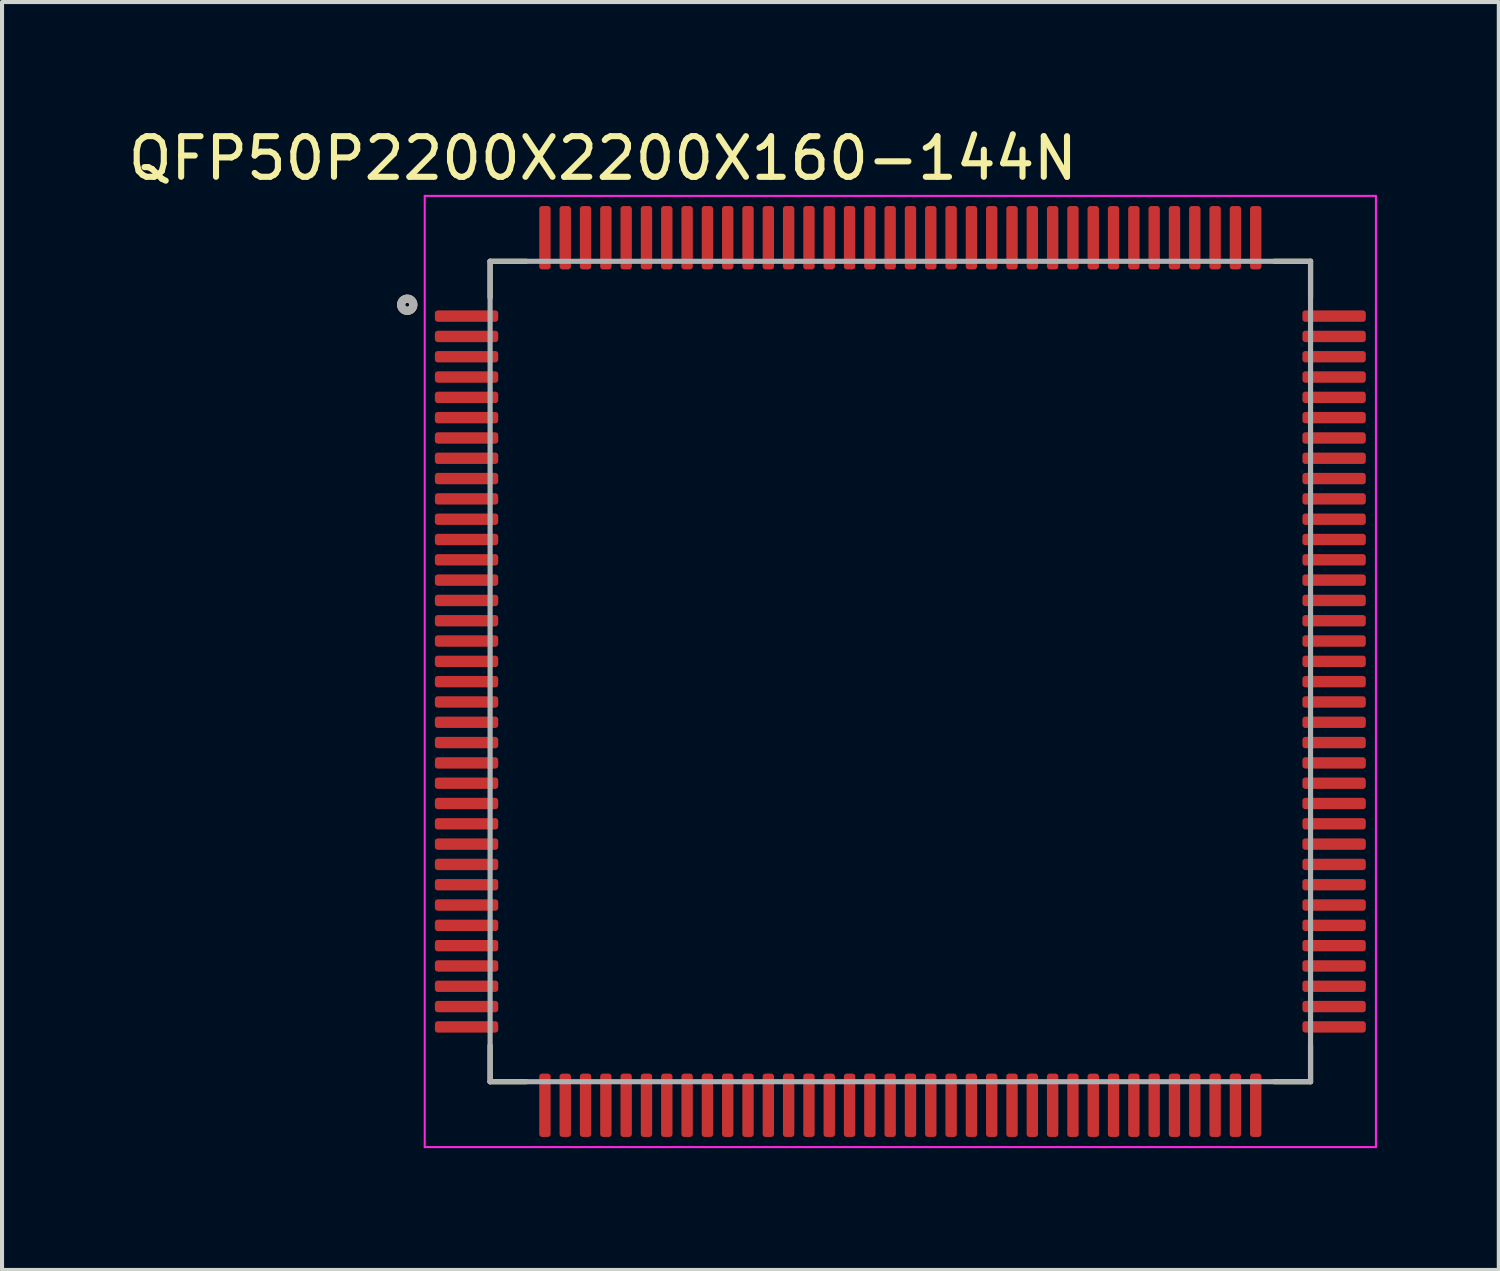
<source format=kicad_pcb>
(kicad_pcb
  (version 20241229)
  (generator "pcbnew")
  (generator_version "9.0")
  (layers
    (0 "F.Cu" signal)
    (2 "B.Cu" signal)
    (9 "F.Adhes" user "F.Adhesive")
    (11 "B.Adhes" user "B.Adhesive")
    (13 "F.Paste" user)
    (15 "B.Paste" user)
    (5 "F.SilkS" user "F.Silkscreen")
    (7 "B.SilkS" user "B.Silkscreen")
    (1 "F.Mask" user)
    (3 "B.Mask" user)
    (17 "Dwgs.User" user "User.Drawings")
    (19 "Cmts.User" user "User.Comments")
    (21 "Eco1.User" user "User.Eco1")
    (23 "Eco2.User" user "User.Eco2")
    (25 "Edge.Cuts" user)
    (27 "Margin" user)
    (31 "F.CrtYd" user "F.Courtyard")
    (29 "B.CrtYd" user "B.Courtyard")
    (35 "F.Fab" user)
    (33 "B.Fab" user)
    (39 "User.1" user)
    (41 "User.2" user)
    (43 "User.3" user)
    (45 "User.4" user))
  (footprint "QFP50P2200X2200X160-144N"
    (layer "F.Cu")
    (at 19.117 13.483)
    (property "Reference" "QFP50P2200X2200X160-144N" (at -7.325 -12.635 0) (layer "F.SilkS") (effects (font (size 1 1) (thickness 0.15))))
    (attr smd)
    (fp_line (start -10.1 -10.1) (end -9.21 -10.1) (stroke (width 0.127) (type solid)) (layer "F.SilkS"))
    (fp_line (start -10.1 -9.21) (end -10.1 -10.1) (stroke (width 0.127) (type solid)) (layer "F.SilkS"))
    (fp_line (start -10.1 9.21) (end -10.1 10.1) (stroke (width 0.127) (type solid)) (layer "F.SilkS"))
    (fp_line (start -10.1 10.1) (end -9.21 10.1) (stroke (width 0.127) (type solid)) (layer "F.SilkS"))
    (fp_line (start 9.21 -10.1) (end 10.1 -10.1) (stroke (width 0.127) (type solid)) (layer "F.SilkS"))
    (fp_line (start 9.21 10.1) (end 10.1 10.1) (stroke (width 0.127) (type solid)) (layer "F.SilkS"))
    (fp_line (start 10.1 -10.1) (end 10.1 -9.21) (stroke (width 0.127) (type solid)) (layer "F.SilkS"))
    (fp_line (start 10.1 10.1) (end 10.1 9.21) (stroke (width 0.127) (type solid)) (layer "F.SilkS"))
    (fp_circle (center -12.14 -9.03) (end -11.99 -9.03) (stroke (width 0.2) (type solid)) (fill no) (layer "F.SilkS"))
    (fp_line (start -11.71 -11.71) (end 11.71 -11.71) (stroke (width 0.05) (type solid)) (layer "F.CrtYd"))
    (fp_line (start -11.71 11.71) (end -11.71 -11.71) (stroke (width 0.05) (type solid)) (layer "F.CrtYd"))
    (fp_line (start -11.71 11.71) (end 11.71 11.71) (stroke (width 0.05) (type solid)) (layer "F.CrtYd"))
    (fp_line (start 11.71 11.71) (end 11.71 -11.71) (stroke (width 0.05) (type solid)) (layer "F.CrtYd"))
    (fp_line (start -10.1 -10.1) (end 10.1 -10.1) (stroke (width 0.127) (type solid)) (layer "F.Fab"))
    (fp_line (start -10.1 10.1) (end -10.1 -10.1) (stroke (width 0.127) (type solid)) (layer "F.Fab"))
    (fp_line (start 10.1 -10.1) (end 10.1 10.1) (stroke (width 0.127) (type solid)) (layer "F.Fab"))
    (fp_line (start 10.1 10.1) (end -10.1 10.1) (stroke (width 0.127) (type solid)) (layer "F.Fab"))
    (fp_circle (center -12.14 -9.03) (end -11.99 -9.03) (stroke (width 0.2) (type solid)) (fill no) (layer "F.Fab"))
    (pad "1" smd roundrect (at -10.68 -8.75) (size 1.56 0.28) (layers "F.Cu" "F.Mask" "F.Paste") (roundrect_rratio 0.25))
    (pad "2" smd roundrect (at -10.68 -8.25) (size 1.56 0.28) (layers "F.Cu" "F.Mask" "F.Paste") (roundrect_rratio 0.25))
    (pad "3" smd roundrect (at -10.68 -7.75) (size 1.56 0.28) (layers "F.Cu" "F.Mask" "F.Paste") (roundrect_rratio 0.25))
    (pad "4" smd roundrect (at -10.68 -7.25) (size 1.56 0.28) (layers "F.Cu" "F.Mask" "F.Paste") (roundrect_rratio 0.25))
    (pad "5" smd roundrect (at -10.68 -6.75) (size 1.56 0.28) (layers "F.Cu" "F.Mask" "F.Paste") (roundrect_rratio 0.25))
    (pad "6" smd roundrect (at -10.68 -6.25) (size 1.56 0.28) (layers "F.Cu" "F.Mask" "F.Paste") (roundrect_rratio 0.25))
    (pad "7" smd roundrect (at -10.68 -5.75) (size 1.56 0.28) (layers "F.Cu" "F.Mask" "F.Paste") (roundrect_rratio 0.25))
    (pad "8" smd roundrect (at -10.68 -5.25) (size 1.56 0.28) (layers "F.Cu" "F.Mask" "F.Paste") (roundrect_rratio 0.25))
    (pad "9" smd roundrect (at -10.68 -4.75) (size 1.56 0.28) (layers "F.Cu" "F.Mask" "F.Paste") (roundrect_rratio 0.25))
    (pad "10" smd roundrect (at -10.68 -4.25) (size 1.56 0.28) (layers "F.Cu" "F.Mask" "F.Paste") (roundrect_rratio 0.25))
    (pad "11" smd roundrect (at -10.68 -3.75) (size 1.56 0.28) (layers "F.Cu" "F.Mask" "F.Paste") (roundrect_rratio 0.25))
    (pad "12" smd roundrect (at -10.68 -3.25) (size 1.56 0.28) (layers "F.Cu" "F.Mask" "F.Paste") (roundrect_rratio 0.25))
    (pad "13" smd roundrect (at -10.68 -2.75) (size 1.56 0.28) (layers "F.Cu" "F.Mask" "F.Paste") (roundrect_rratio 0.25))
    (pad "14" smd roundrect (at -10.68 -2.25) (size 1.56 0.28) (layers "F.Cu" "F.Mask" "F.Paste") (roundrect_rratio 0.25))
    (pad "15" smd roundrect (at -10.68 -1.75) (size 1.56 0.28) (layers "F.Cu" "F.Mask" "F.Paste") (roundrect_rratio 0.25))
    (pad "16" smd roundrect (at -10.68 -1.25) (size 1.56 0.28) (layers "F.Cu" "F.Mask" "F.Paste") (roundrect_rratio 0.25))
    (pad "17" smd roundrect (at -10.68 -0.75) (size 1.56 0.28) (layers "F.Cu" "F.Mask" "F.Paste") (roundrect_rratio 0.25))
    (pad "18" smd roundrect (at -10.68 -0.25) (size 1.56 0.28) (layers "F.Cu" "F.Mask" "F.Paste") (roundrect_rratio 0.25))
    (pad "19" smd roundrect (at -10.68 0.25) (size 1.56 0.28) (layers "F.Cu" "F.Mask" "F.Paste") (roundrect_rratio 0.25))
    (pad "20" smd roundrect (at -10.68 0.75) (size 1.56 0.28) (layers "F.Cu" "F.Mask" "F.Paste") (roundrect_rratio 0.25))
    (pad "21" smd roundrect (at -10.68 1.25) (size 1.56 0.28) (layers "F.Cu" "F.Mask" "F.Paste") (roundrect_rratio 0.25))
    (pad "22" smd roundrect (at -10.68 1.75) (size 1.56 0.28) (layers "F.Cu" "F.Mask" "F.Paste") (roundrect_rratio 0.25))
    (pad "23" smd roundrect (at -10.68 2.25) (size 1.56 0.28) (layers "F.Cu" "F.Mask" "F.Paste") (roundrect_rratio 0.25))
    (pad "24" smd roundrect (at -10.68 2.75) (size 1.56 0.28) (layers "F.Cu" "F.Mask" "F.Paste") (roundrect_rratio 0.25))
    (pad "25" smd roundrect (at -10.68 3.25) (size 1.56 0.28) (layers "F.Cu" "F.Mask" "F.Paste") (roundrect_rratio 0.25))
    (pad "26" smd roundrect (at -10.68 3.75) (size 1.56 0.28) (layers "F.Cu" "F.Mask" "F.Paste") (roundrect_rratio 0.25))
    (pad "27" smd roundrect (at -10.68 4.25) (size 1.56 0.28) (layers "F.Cu" "F.Mask" "F.Paste") (roundrect_rratio 0.25))
    (pad "28" smd roundrect (at -10.68 4.75) (size 1.56 0.28) (layers "F.Cu" "F.Mask" "F.Paste") (roundrect_rratio 0.25))
    (pad "29" smd roundrect (at -10.68 5.25) (size 1.56 0.28) (layers "F.Cu" "F.Mask" "F.Paste") (roundrect_rratio 0.25))
    (pad "30" smd roundrect (at -10.68 5.75) (size 1.56 0.28) (layers "F.Cu" "F.Mask" "F.Paste") (roundrect_rratio 0.25))
    (pad "31" smd roundrect (at -10.68 6.25) (size 1.56 0.28) (layers "F.Cu" "F.Mask" "F.Paste") (roundrect_rratio 0.25))
    (pad "32" smd roundrect (at -10.68 6.75) (size 1.56 0.28) (layers "F.Cu" "F.Mask" "F.Paste") (roundrect_rratio 0.25))
    (pad "33" smd roundrect (at -10.68 7.25) (size 1.56 0.28) (layers "F.Cu" "F.Mask" "F.Paste") (roundrect_rratio 0.25))
    (pad "34" smd roundrect (at -10.68 7.75) (size 1.56 0.28) (layers "F.Cu" "F.Mask" "F.Paste") (roundrect_rratio 0.25))
    (pad "35" smd roundrect (at -10.68 8.25) (size 1.56 0.28) (layers "F.Cu" "F.Mask" "F.Paste") (roundrect_rratio 0.25))
    (pad "36" smd roundrect (at -10.68 8.75) (size 1.56 0.28) (layers "F.Cu" "F.Mask" "F.Paste") (roundrect_rratio 0.25))
    (pad "37" smd roundrect (at -8.75 10.68) (size 0.28 1.56) (layers "F.Cu" "F.Mask" "F.Paste") (roundrect_rratio 0.25))
    (pad "38" smd roundrect (at -8.25 10.68) (size 0.28 1.56) (layers "F.Cu" "F.Mask" "F.Paste") (roundrect_rratio 0.25))
    (pad "39" smd roundrect (at -7.75 10.68) (size 0.28 1.56) (layers "F.Cu" "F.Mask" "F.Paste") (roundrect_rratio 0.25))
    (pad "40" smd roundrect (at -7.25 10.68) (size 0.28 1.56) (layers "F.Cu" "F.Mask" "F.Paste") (roundrect_rratio 0.25))
    (pad "41" smd roundrect (at -6.75 10.68) (size 0.28 1.56) (layers "F.Cu" "F.Mask" "F.Paste") (roundrect_rratio 0.25))
    (pad "42" smd roundrect (at -6.25 10.68) (size 0.28 1.56) (layers "F.Cu" "F.Mask" "F.Paste") (roundrect_rratio 0.25))
    (pad "43" smd roundrect (at -5.75 10.68) (size 0.28 1.56) (layers "F.Cu" "F.Mask" "F.Paste") (roundrect_rratio 0.25))
    (pad "44" smd roundrect (at -5.25 10.68) (size 0.28 1.56) (layers "F.Cu" "F.Mask" "F.Paste") (roundrect_rratio 0.25))
    (pad "45" smd roundrect (at -4.75 10.68) (size 0.28 1.56) (layers "F.Cu" "F.Mask" "F.Paste") (roundrect_rratio 0.25))
    (pad "46" smd roundrect (at -4.25 10.68) (size 0.28 1.56) (layers "F.Cu" "F.Mask" "F.Paste") (roundrect_rratio 0.25))
    (pad "47" smd roundrect (at -3.75 10.68) (size 0.28 1.56) (layers "F.Cu" "F.Mask" "F.Paste") (roundrect_rratio 0.25))
    (pad "48" smd roundrect (at -3.25 10.68) (size 0.28 1.56) (layers "F.Cu" "F.Mask" "F.Paste") (roundrect_rratio 0.25))
    (pad "49" smd roundrect (at -2.75 10.68) (size 0.28 1.56) (layers "F.Cu" "F.Mask" "F.Paste") (roundrect_rratio 0.25))
    (pad "50" smd roundrect (at -2.25 10.68) (size 0.28 1.56) (layers "F.Cu" "F.Mask" "F.Paste") (roundrect_rratio 0.25))
    (pad "51" smd roundrect (at -1.75 10.68) (size 0.28 1.56) (layers "F.Cu" "F.Mask" "F.Paste") (roundrect_rratio 0.25))
    (pad "52" smd roundrect (at -1.25 10.68) (size 0.28 1.56) (layers "F.Cu" "F.Mask" "F.Paste") (roundrect_rratio 0.25))
    (pad "53" smd roundrect (at -0.75 10.68) (size 0.28 1.56) (layers "F.Cu" "F.Mask" "F.Paste") (roundrect_rratio 0.25))
    (pad "54" smd roundrect (at -0.25 10.68) (size 0.28 1.56) (layers "F.Cu" "F.Mask" "F.Paste") (roundrect_rratio 0.25))
    (pad "55" smd roundrect (at 0.25 10.68) (size 0.28 1.56) (layers "F.Cu" "F.Mask" "F.Paste") (roundrect_rratio 0.25))
    (pad "56" smd roundrect (at 0.75 10.68) (size 0.28 1.56) (layers "F.Cu" "F.Mask" "F.Paste") (roundrect_rratio 0.25))
    (pad "57" smd roundrect (at 1.25 10.68) (size 0.28 1.56) (layers "F.Cu" "F.Mask" "F.Paste") (roundrect_rratio 0.25))
    (pad "58" smd roundrect (at 1.75 10.68) (size 0.28 1.56) (layers "F.Cu" "F.Mask" "F.Paste") (roundrect_rratio 0.25))
    (pad "59" smd roundrect (at 2.25 10.68) (size 0.28 1.56) (layers "F.Cu" "F.Mask" "F.Paste") (roundrect_rratio 0.25))
    (pad "60" smd roundrect (at 2.75 10.68) (size 0.28 1.56) (layers "F.Cu" "F.Mask" "F.Paste") (roundrect_rratio 0.25))
    (pad "61" smd roundrect (at 3.25 10.68) (size 0.28 1.56) (layers "F.Cu" "F.Mask" "F.Paste") (roundrect_rratio 0.25))
    (pad "62" smd roundrect (at 3.75 10.68) (size 0.28 1.56) (layers "F.Cu" "F.Mask" "F.Paste") (roundrect_rratio 0.25))
    (pad "63" smd roundrect (at 4.25 10.68) (size 0.28 1.56) (layers "F.Cu" "F.Mask" "F.Paste") (roundrect_rratio 0.25))
    (pad "64" smd roundrect (at 4.75 10.68) (size 0.28 1.56) (layers "F.Cu" "F.Mask" "F.Paste") (roundrect_rratio 0.25))
    (pad "65" smd roundrect (at 5.25 10.68) (size 0.28 1.56) (layers "F.Cu" "F.Mask" "F.Paste") (roundrect_rratio 0.25))
    (pad "66" smd roundrect (at 5.75 10.68) (size 0.28 1.56) (layers "F.Cu" "F.Mask" "F.Paste") (roundrect_rratio 0.25))
    (pad "67" smd roundrect (at 6.25 10.68) (size 0.28 1.56) (layers "F.Cu" "F.Mask" "F.Paste") (roundrect_rratio 0.25))
    (pad "68" smd roundrect (at 6.75 10.68) (size 0.28 1.56) (layers "F.Cu" "F.Mask" "F.Paste") (roundrect_rratio 0.25))
    (pad "69" smd roundrect (at 7.25 10.68) (size 0.28 1.56) (layers "F.Cu" "F.Mask" "F.Paste") (roundrect_rratio 0.25))
    (pad "70" smd roundrect (at 7.75 10.68) (size 0.28 1.56) (layers "F.Cu" "F.Mask" "F.Paste") (roundrect_rratio 0.25))
    (pad "71" smd roundrect (at 8.25 10.68) (size 0.28 1.56) (layers "F.Cu" "F.Mask" "F.Paste") (roundrect_rratio 0.25))
    (pad "72" smd roundrect (at 8.75 10.68) (size 0.28 1.56) (layers "F.Cu" "F.Mask" "F.Paste") (roundrect_rratio 0.25))
    (pad "73" smd roundrect (at 10.68 8.75) (size 1.56 0.28) (layers "F.Cu" "F.Mask" "F.Paste") (roundrect_rratio 0.25))
    (pad "74" smd roundrect (at 10.68 8.25) (size 1.56 0.28) (layers "F.Cu" "F.Mask" "F.Paste") (roundrect_rratio 0.25))
    (pad "75" smd roundrect (at 10.68 7.75) (size 1.56 0.28) (layers "F.Cu" "F.Mask" "F.Paste") (roundrect_rratio 0.25))
    (pad "76" smd roundrect (at 10.68 7.25) (size 1.56 0.28) (layers "F.Cu" "F.Mask" "F.Paste") (roundrect_rratio 0.25))
    (pad "77" smd roundrect (at 10.68 6.75) (size 1.56 0.28) (layers "F.Cu" "F.Mask" "F.Paste") (roundrect_rratio 0.25))
    (pad "78" smd roundrect (at 10.68 6.25) (size 1.56 0.28) (layers "F.Cu" "F.Mask" "F.Paste") (roundrect_rratio 0.25))
    (pad "79" smd roundrect (at 10.68 5.75) (size 1.56 0.28) (layers "F.Cu" "F.Mask" "F.Paste") (roundrect_rratio 0.25))
    (pad "80" smd roundrect (at 10.68 5.25) (size 1.56 0.28) (layers "F.Cu" "F.Mask" "F.Paste") (roundrect_rratio 0.25))
    (pad "81" smd roundrect (at 10.68 4.75) (size 1.56 0.28) (layers "F.Cu" "F.Mask" "F.Paste") (roundrect_rratio 0.25))
    (pad "82" smd roundrect (at 10.68 4.25) (size 1.56 0.28) (layers "F.Cu" "F.Mask" "F.Paste") (roundrect_rratio 0.25))
    (pad "83" smd roundrect (at 10.68 3.75) (size 1.56 0.28) (layers "F.Cu" "F.Mask" "F.Paste") (roundrect_rratio 0.25))
    (pad "84" smd roundrect (at 10.68 3.25) (size 1.56 0.28) (layers "F.Cu" "F.Mask" "F.Paste") (roundrect_rratio 0.25))
    (pad "85" smd roundrect (at 10.68 2.75) (size 1.56 0.28) (layers "F.Cu" "F.Mask" "F.Paste") (roundrect_rratio 0.25))
    (pad "86" smd roundrect (at 10.68 2.25) (size 1.56 0.28) (layers "F.Cu" "F.Mask" "F.Paste") (roundrect_rratio 0.25))
    (pad "87" smd roundrect (at 10.68 1.75) (size 1.56 0.28) (layers "F.Cu" "F.Mask" "F.Paste") (roundrect_rratio 0.25))
    (pad "88" smd roundrect (at 10.68 1.25) (size 1.56 0.28) (layers "F.Cu" "F.Mask" "F.Paste") (roundrect_rratio 0.25))
    (pad "89" smd roundrect (at 10.68 0.75) (size 1.56 0.28) (layers "F.Cu" "F.Mask" "F.Paste") (roundrect_rratio 0.25))
    (pad "90" smd roundrect (at 10.68 0.25) (size 1.56 0.28) (layers "F.Cu" "F.Mask" "F.Paste") (roundrect_rratio 0.25))
    (pad "91" smd roundrect (at 10.68 -0.25) (size 1.56 0.28) (layers "F.Cu" "F.Mask" "F.Paste") (roundrect_rratio 0.25))
    (pad "92" smd roundrect (at 10.68 -0.75) (size 1.56 0.28) (layers "F.Cu" "F.Mask" "F.Paste") (roundrect_rratio 0.25))
    (pad "93" smd roundrect (at 10.68 -1.25) (size 1.56 0.28) (layers "F.Cu" "F.Mask" "F.Paste") (roundrect_rratio 0.25))
    (pad "94" smd roundrect (at 10.68 -1.75) (size 1.56 0.28) (layers "F.Cu" "F.Mask" "F.Paste") (roundrect_rratio 0.25))
    (pad "95" smd roundrect (at 10.68 -2.25) (size 1.56 0.28) (layers "F.Cu" "F.Mask" "F.Paste") (roundrect_rratio 0.25))
    (pad "96" smd roundrect (at 10.68 -2.75) (size 1.56 0.28) (layers "F.Cu" "F.Mask" "F.Paste") (roundrect_rratio 0.25))
    (pad "97" smd roundrect (at 10.68 -3.25) (size 1.56 0.28) (layers "F.Cu" "F.Mask" "F.Paste") (roundrect_rratio 0.25))
    (pad "98" smd roundrect (at 10.68 -3.75) (size 1.56 0.28) (layers "F.Cu" "F.Mask" "F.Paste") (roundrect_rratio 0.25))
    (pad "99" smd roundrect (at 10.68 -4.25) (size 1.56 0.28) (layers "F.Cu" "F.Mask" "F.Paste") (roundrect_rratio 0.25))
    (pad "100" smd roundrect (at 10.68 -4.75) (size 1.56 0.28) (layers "F.Cu" "F.Mask" "F.Paste") (roundrect_rratio 0.25))
    (pad "101" smd roundrect (at 10.68 -5.25) (size 1.56 0.28) (layers "F.Cu" "F.Mask" "F.Paste") (roundrect_rratio 0.25))
    (pad "102" smd roundrect (at 10.68 -5.75) (size 1.56 0.28) (layers "F.Cu" "F.Mask" "F.Paste") (roundrect_rratio 0.25))
    (pad "103" smd roundrect (at 10.68 -6.25) (size 1.56 0.28) (layers "F.Cu" "F.Mask" "F.Paste") (roundrect_rratio 0.25))
    (pad "104" smd roundrect (at 10.68 -6.75) (size 1.56 0.28) (layers "F.Cu" "F.Mask" "F.Paste") (roundrect_rratio 0.25))
    (pad "105" smd roundrect (at 10.68 -7.25) (size 1.56 0.28) (layers "F.Cu" "F.Mask" "F.Paste") (roundrect_rratio 0.25))
    (pad "106" smd roundrect (at 10.68 -7.75) (size 1.56 0.28) (layers "F.Cu" "F.Mask" "F.Paste") (roundrect_rratio 0.25))
    (pad "107" smd roundrect (at 10.68 -8.25) (size 1.56 0.28) (layers "F.Cu" "F.Mask" "F.Paste") (roundrect_rratio 0.25))
    (pad "108" smd roundrect (at 10.68 -8.75) (size 1.56 0.28) (layers "F.Cu" "F.Mask" "F.Paste") (roundrect_rratio 0.25))
    (pad "109" smd roundrect (at 8.75 -10.68) (size 0.28 1.56) (layers "F.Cu" "F.Mask" "F.Paste") (roundrect_rratio 0.25))
    (pad "110" smd roundrect (at 8.25 -10.68) (size 0.28 1.56) (layers "F.Cu" "F.Mask" "F.Paste") (roundrect_rratio 0.25))
    (pad "111" smd roundrect (at 7.75 -10.68) (size 0.28 1.56) (layers "F.Cu" "F.Mask" "F.Paste") (roundrect_rratio 0.25))
    (pad "112" smd roundrect (at 7.25 -10.68) (size 0.28 1.56) (layers "F.Cu" "F.Mask" "F.Paste") (roundrect_rratio 0.25))
    (pad "113" smd roundrect (at 6.75 -10.68) (size 0.28 1.56) (layers "F.Cu" "F.Mask" "F.Paste") (roundrect_rratio 0.25))
    (pad "114" smd roundrect (at 6.25 -10.68) (size 0.28 1.56) (layers "F.Cu" "F.Mask" "F.Paste") (roundrect_rratio 0.25))
    (pad "115" smd roundrect (at 5.75 -10.68) (size 0.28 1.56) (layers "F.Cu" "F.Mask" "F.Paste") (roundrect_rratio 0.25))
    (pad "116" smd roundrect (at 5.25 -10.68) (size 0.28 1.56) (layers "F.Cu" "F.Mask" "F.Paste") (roundrect_rratio 0.25))
    (pad "117" smd roundrect (at 4.75 -10.68) (size 0.28 1.56) (layers "F.Cu" "F.Mask" "F.Paste") (roundrect_rratio 0.25))
    (pad "118" smd roundrect (at 4.25 -10.68) (size 0.28 1.56) (layers "F.Cu" "F.Mask" "F.Paste") (roundrect_rratio 0.25))
    (pad "119" smd roundrect (at 3.75 -10.68) (size 0.28 1.56) (layers "F.Cu" "F.Mask" "F.Paste") (roundrect_rratio 0.25))
    (pad "120" smd roundrect (at 3.25 -10.68) (size 0.28 1.56) (layers "F.Cu" "F.Mask" "F.Paste") (roundrect_rratio 0.25))
    (pad "121" smd roundrect (at 2.75 -10.68) (size 0.28 1.56) (layers "F.Cu" "F.Mask" "F.Paste") (roundrect_rratio 0.25))
    (pad "122" smd roundrect (at 2.25 -10.68) (size 0.28 1.56) (layers "F.Cu" "F.Mask" "F.Paste") (roundrect_rratio 0.25))
    (pad "123" smd roundrect (at 1.75 -10.68) (size 0.28 1.56) (layers "F.Cu" "F.Mask" "F.Paste") (roundrect_rratio 0.25))
    (pad "124" smd roundrect (at 1.25 -10.68) (size 0.28 1.56) (layers "F.Cu" "F.Mask" "F.Paste") (roundrect_rratio 0.25))
    (pad "125" smd roundrect (at 0.75 -10.68) (size 0.28 1.56) (layers "F.Cu" "F.Mask" "F.Paste") (roundrect_rratio 0.25))
    (pad "126" smd roundrect (at 0.25 -10.68) (size 0.28 1.56) (layers "F.Cu" "F.Mask" "F.Paste") (roundrect_rratio 0.25))
    (pad "127" smd roundrect (at -0.25 -10.68) (size 0.28 1.56) (layers "F.Cu" "F.Mask" "F.Paste") (roundrect_rratio 0.25))
    (pad "128" smd roundrect (at -0.75 -10.68) (size 0.28 1.56) (layers "F.Cu" "F.Mask" "F.Paste") (roundrect_rratio 0.25))
    (pad "129" smd roundrect (at -1.25 -10.68) (size 0.28 1.56) (layers "F.Cu" "F.Mask" "F.Paste") (roundrect_rratio 0.25))
    (pad "130" smd roundrect (at -1.75 -10.68) (size 0.28 1.56) (layers "F.Cu" "F.Mask" "F.Paste") (roundrect_rratio 0.25))
    (pad "131" smd roundrect (at -2.25 -10.68) (size 0.28 1.56) (layers "F.Cu" "F.Mask" "F.Paste") (roundrect_rratio 0.25))
    (pad "132" smd roundrect (at -2.75 -10.68) (size 0.28 1.56) (layers "F.Cu" "F.Mask" "F.Paste") (roundrect_rratio 0.25))
    (pad "133" smd roundrect (at -3.25 -10.68) (size 0.28 1.56) (layers "F.Cu" "F.Mask" "F.Paste") (roundrect_rratio 0.25))
    (pad "134" smd roundrect (at -3.75 -10.68) (size 0.28 1.56) (layers "F.Cu" "F.Mask" "F.Paste") (roundrect_rratio 0.25))
    (pad "135" smd roundrect (at -4.25 -10.68) (size 0.28 1.56) (layers "F.Cu" "F.Mask" "F.Paste") (roundrect_rratio 0.25))
    (pad "136" smd roundrect (at -4.75 -10.68) (size 0.28 1.56) (layers "F.Cu" "F.Mask" "F.Paste") (roundrect_rratio 0.25))
    (pad "137" smd roundrect (at -5.25 -10.68) (size 0.28 1.56) (layers "F.Cu" "F.Mask" "F.Paste") (roundrect_rratio 0.25))
    (pad "138" smd roundrect (at -5.75 -10.68) (size 0.28 1.56) (layers "F.Cu" "F.Mask" "F.Paste") (roundrect_rratio 0.25))
    (pad "139" smd roundrect (at -6.25 -10.68) (size 0.28 1.56) (layers "F.Cu" "F.Mask" "F.Paste") (roundrect_rratio 0.25))
    (pad "140" smd roundrect (at -6.75 -10.68) (size 0.28 1.56) (layers "F.Cu" "F.Mask" "F.Paste") (roundrect_rratio 0.25))
    (pad "141" smd roundrect (at -7.25 -10.68) (size 0.28 1.56) (layers "F.Cu" "F.Mask" "F.Paste") (roundrect_rratio 0.25))
    (pad "142" smd roundrect (at -7.75 -10.68) (size 0.28 1.56) (layers "F.Cu" "F.Mask" "F.Paste") (roundrect_rratio 0.25))
    (pad "143" smd roundrect (at -8.25 -10.68) (size 0.28 1.56) (layers "F.Cu" "F.Mask" "F.Paste") (roundrect_rratio 0.25))
    (pad "144" smd roundrect (at -8.75 -10.68) (size 0.28 1.56) (layers "F.Cu" "F.Mask" "F.Paste") (roundrect_rratio 0.25)))
  (gr_rect
    (start -3 -3)
    (end 33.852 28.218)
    (stroke (width 0.1) (type default))
    (fill no)
    (layer "Edge.Cuts")))
</source>
